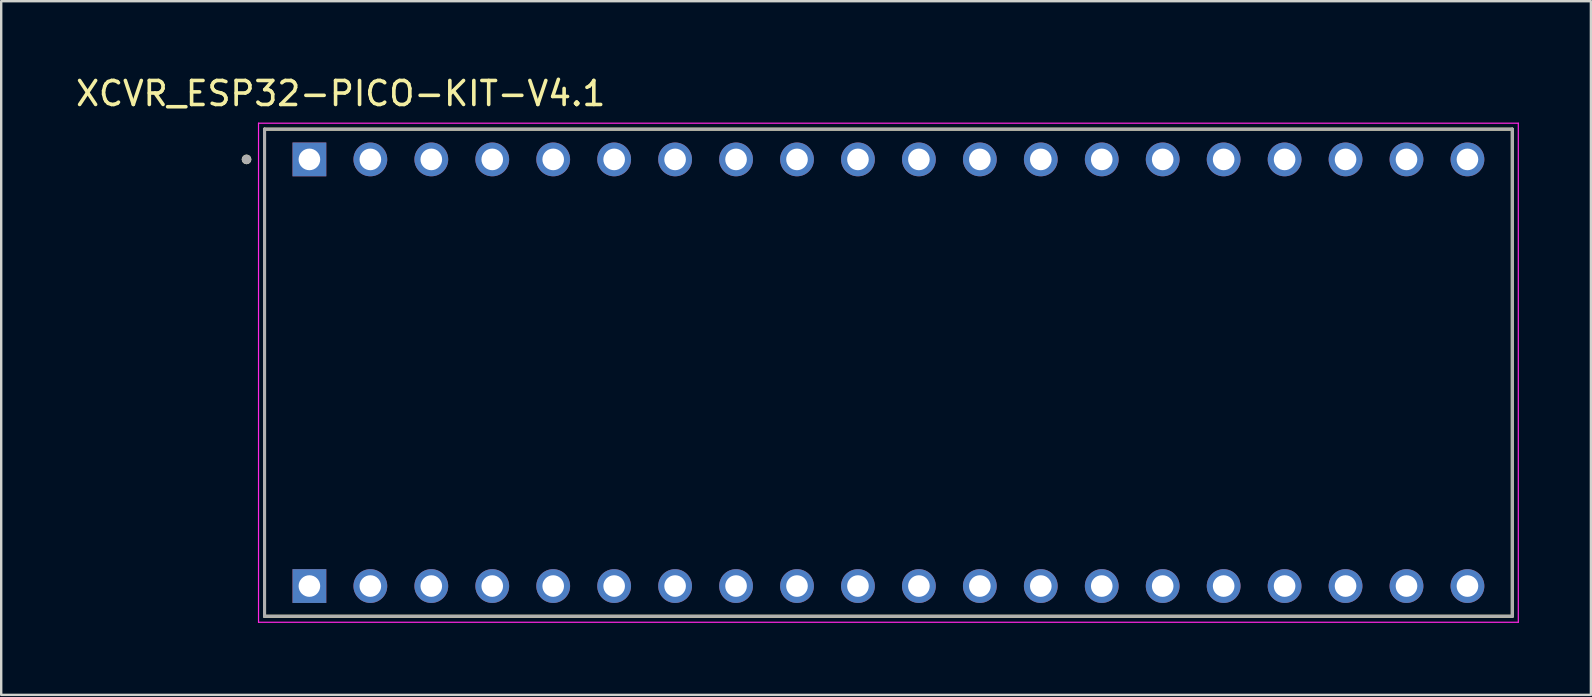
<source format=kicad_pcb>
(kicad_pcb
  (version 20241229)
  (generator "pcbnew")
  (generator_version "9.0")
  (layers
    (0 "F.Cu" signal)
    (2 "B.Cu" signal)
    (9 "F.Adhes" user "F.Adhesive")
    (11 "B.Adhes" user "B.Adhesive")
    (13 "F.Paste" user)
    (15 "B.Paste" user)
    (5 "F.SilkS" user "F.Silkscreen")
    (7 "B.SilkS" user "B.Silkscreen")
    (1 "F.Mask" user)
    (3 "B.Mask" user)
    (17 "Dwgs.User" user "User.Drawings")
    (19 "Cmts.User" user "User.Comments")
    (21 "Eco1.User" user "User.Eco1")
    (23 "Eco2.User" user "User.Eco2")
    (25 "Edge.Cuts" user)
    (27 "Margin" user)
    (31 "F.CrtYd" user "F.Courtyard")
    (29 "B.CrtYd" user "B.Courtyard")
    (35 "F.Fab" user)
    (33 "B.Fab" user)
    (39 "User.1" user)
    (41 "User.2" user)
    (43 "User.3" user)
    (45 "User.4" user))
  (footprint "XCVR_ESP32-PICO-KIT-V4.1"
    (layer "F.Cu")
    (at 33.974 12.483)
    (property "Reference" "XCVR_ESP32-PICO-KIT-V4.1" (at -22.825 -11.635 0) (layer "F.SilkS") (effects (font (size 1 1) (thickness 0.15))))
    (attr through_hole)
    (fp_line (start -26 -10.15) (end 26 -10.15) (stroke (width 0.127) (type solid)) (layer "F.SilkS"))
    (fp_line (start -26 10.15) (end -26 -10.15) (stroke (width 0.127) (type solid)) (layer "F.SilkS"))
    (fp_line (start 26 -10.15) (end 26 10.15) (stroke (width 0.127) (type solid)) (layer "F.SilkS"))
    (fp_line (start 26 10.15) (end -26 10.15) (stroke (width 0.127) (type solid)) (layer "F.SilkS"))
    (fp_circle (center -26.75 -8.89) (end -26.65 -8.89) (stroke (width 0.2) (type solid)) (fill no) (layer "F.SilkS"))
    (fp_line (start -26.25 -10.4) (end 26.25 -10.4) (stroke (width 0.05) (type solid)) (layer "F.CrtYd"))
    (fp_line (start -26.25 10.4) (end -26.25 -10.4) (stroke (width 0.05) (type solid)) (layer "F.CrtYd"))
    (fp_line (start 26.25 -10.4) (end 26.25 10.4) (stroke (width 0.05) (type solid)) (layer "F.CrtYd"))
    (fp_line (start 26.25 10.4) (end -26.25 10.4) (stroke (width 0.05) (type solid)) (layer "F.CrtYd"))
    (fp_line (start -26 -10.15) (end 26 -10.15) (stroke (width 0.127) (type solid)) (layer "F.Fab"))
    (fp_line (start -26 10.15) (end -26 -10.15) (stroke (width 0.127) (type solid)) (layer "F.Fab"))
    (fp_line (start 26 -10.15) (end 26 10.15) (stroke (width 0.127) (type solid)) (layer "F.Fab"))
    (fp_line (start 26 10.15) (end -26 10.15) (stroke (width 0.127) (type solid)) (layer "F.Fab"))
    (fp_circle (center -26.75 -8.89) (end -26.65 -8.89) (stroke (width 0.2) (type solid)) (fill no) (layer "F.Fab"))
    (pad "J2_1" thru_hole rect (at -24.13 -8.89) (size 1.408 1.408) (drill 0.9) (layers "*.Cu" "*.Mask"))
    (pad "J2_2" thru_hole circle (at -21.59 -8.89) (size 1.408 1.408) (drill 0.9) (layers "*.Cu" "*.Mask"))
    (pad "J2_3" thru_hole circle (at -19.05 -8.89) (size 1.408 1.408) (drill 0.9) (layers "*.Cu" "*.Mask"))
    (pad "J2_4" thru_hole circle (at -16.51 -8.89) (size 1.408 1.408) (drill 0.9) (layers "*.Cu" "*.Mask"))
    (pad "J2_5" thru_hole circle (at -13.97 -8.89) (size 1.408 1.408) (drill 0.9) (layers "*.Cu" "*.Mask"))
    (pad "J2_6" thru_hole circle (at -11.43 -8.89) (size 1.408 1.408) (drill 0.9) (layers "*.Cu" "*.Mask"))
    (pad "J2_7" thru_hole circle (at -8.89 -8.89) (size 1.408 1.408) (drill 0.9) (layers "*.Cu" "*.Mask"))
    (pad "J2_8" thru_hole circle (at -6.35 -8.89) (size 1.408 1.408) (drill 0.9) (layers "*.Cu" "*.Mask"))
    (pad "J2_9" thru_hole circle (at -3.81 -8.89) (size 1.408 1.408) (drill 0.9) (layers "*.Cu" "*.Mask"))
    (pad "J2_10" thru_hole circle (at -1.27 -8.89) (size 1.408 1.408) (drill 0.9) (layers "*.Cu" "*.Mask"))
    (pad "J2_11" thru_hole circle (at 1.27 -8.89) (size 1.408 1.408) (drill 0.9) (layers "*.Cu" "*.Mask"))
    (pad "J2_12" thru_hole circle (at 3.81 -8.89) (size 1.408 1.408) (drill 0.9) (layers "*.Cu" "*.Mask"))
    (pad "J2_13" thru_hole circle (at 6.35 -8.89) (size 1.408 1.408) (drill 0.9) (layers "*.Cu" "*.Mask"))
    (pad "J2_14" thru_hole circle (at 8.89 -8.89) (size 1.408 1.408) (drill 0.9) (layers "*.Cu" "*.Mask"))
    (pad "J2_15" thru_hole circle (at 11.43 -8.89) (size 1.408 1.408) (drill 0.9) (layers "*.Cu" "*.Mask"))
    (pad "J2_16" thru_hole circle (at 13.97 -8.89) (size 1.408 1.408) (drill 0.9) (layers "*.Cu" "*.Mask"))
    (pad "J2_17" thru_hole circle (at 16.51 -8.89) (size 1.408 1.408) (drill 0.9) (layers "*.Cu" "*.Mask"))
    (pad "J2_18" thru_hole circle (at 19.05 -8.89) (size 1.408 1.408) (drill 0.9) (layers "*.Cu" "*.Mask"))
    (pad "J2_19" thru_hole circle (at 21.59 -8.89) (size 1.408 1.408) (drill 0.9) (layers "*.Cu" "*.Mask"))
    (pad "J2_20" thru_hole circle (at 24.13 -8.89) (size 1.408 1.408) (drill 0.9) (layers "*.Cu" "*.Mask"))
    (pad "J3_1" thru_hole rect (at -24.13 8.89) (size 1.408 1.408) (drill 0.9) (layers "*.Cu" "*.Mask"))
    (pad "J3_2" thru_hole circle (at -21.59 8.89) (size 1.408 1.408) (drill 0.9) (layers "*.Cu" "*.Mask"))
    (pad "J3_3" thru_hole circle (at -19.05 8.89) (size 1.408 1.408) (drill 0.9) (layers "*.Cu" "*.Mask"))
    (pad "J3_4" thru_hole circle (at -16.51 8.89) (size 1.408 1.408) (drill 0.9) (layers "*.Cu" "*.Mask"))
    (pad "J3_5" thru_hole circle (at -13.97 8.89) (size 1.408 1.408) (drill 0.9) (layers "*.Cu" "*.Mask"))
    (pad "J3_6" thru_hole circle (at -11.43 8.89) (size 1.408 1.408) (drill 0.9) (layers "*.Cu" "*.Mask"))
    (pad "J3_7" thru_hole circle (at -8.89 8.89) (size 1.408 1.408) (drill 0.9) (layers "*.Cu" "*.Mask"))
    (pad "J3_8" thru_hole circle (at -6.35 8.89) (size 1.408 1.408) (drill 0.9) (layers "*.Cu" "*.Mask"))
    (pad "J3_9" thru_hole circle (at -3.81 8.89) (size 1.408 1.408) (drill 0.9) (layers "*.Cu" "*.Mask"))
    (pad "J3_10" thru_hole circle (at -1.27 8.89) (size 1.408 1.408) (drill 0.9) (layers "*.Cu" "*.Mask"))
    (pad "J3_11" thru_hole circle (at 1.27 8.89) (size 1.408 1.408) (drill 0.9) (layers "*.Cu" "*.Mask"))
    (pad "J3_12" thru_hole circle (at 3.81 8.89) (size 1.408 1.408) (drill 0.9) (layers "*.Cu" "*.Mask"))
    (pad "J3_13" thru_hole circle (at 6.35 8.89) (size 1.408 1.408) (drill 0.9) (layers "*.Cu" "*.Mask"))
    (pad "J3_14" thru_hole circle (at 8.89 8.89) (size 1.408 1.408) (drill 0.9) (layers "*.Cu" "*.Mask"))
    (pad "J3_15" thru_hole circle (at 11.43 8.89) (size 1.408 1.408) (drill 0.9) (layers "*.Cu" "*.Mask"))
    (pad "J3_16" thru_hole circle (at 13.97 8.89) (size 1.408 1.408) (drill 0.9) (layers "*.Cu" "*.Mask"))
    (pad "J3_17" thru_hole circle (at 16.51 8.89) (size 1.408 1.408) (drill 0.9) (layers "*.Cu" "*.Mask"))
    (pad "J3_18" thru_hole circle (at 19.05 8.89) (size 1.408 1.408) (drill 0.9) (layers "*.Cu" "*.Mask"))
    (pad "J3_19" thru_hole circle (at 21.59 8.89) (size 1.408 1.408) (drill 0.9) (layers "*.Cu" "*.Mask"))
    (pad "J3_20" thru_hole circle (at 24.13 8.89) (size 1.408 1.408) (drill 0.9) (layers "*.Cu" "*.Mask")))
  (gr_rect
    (start -3 -3)
    (end 63.249 25.908)
    (stroke (width 0.1) (type default))
    (fill no)
    (layer "Edge.Cuts")))
</source>
